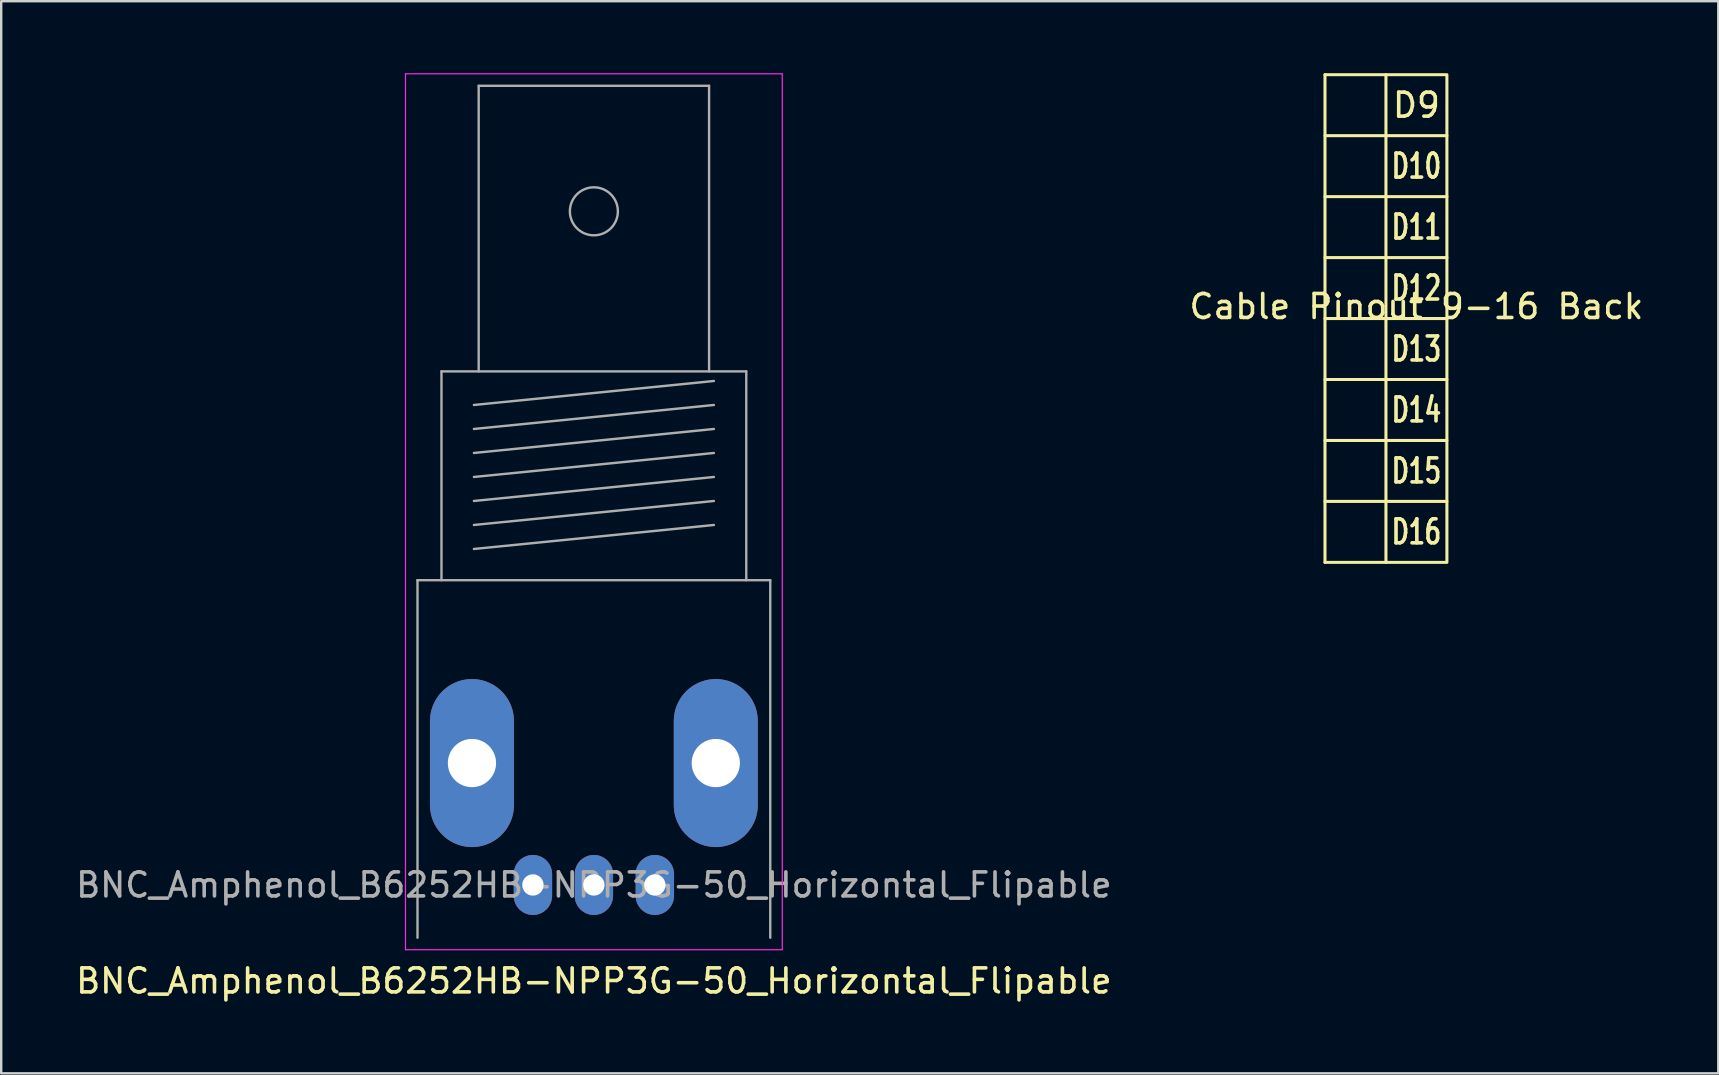
<source format=kicad_pcb>
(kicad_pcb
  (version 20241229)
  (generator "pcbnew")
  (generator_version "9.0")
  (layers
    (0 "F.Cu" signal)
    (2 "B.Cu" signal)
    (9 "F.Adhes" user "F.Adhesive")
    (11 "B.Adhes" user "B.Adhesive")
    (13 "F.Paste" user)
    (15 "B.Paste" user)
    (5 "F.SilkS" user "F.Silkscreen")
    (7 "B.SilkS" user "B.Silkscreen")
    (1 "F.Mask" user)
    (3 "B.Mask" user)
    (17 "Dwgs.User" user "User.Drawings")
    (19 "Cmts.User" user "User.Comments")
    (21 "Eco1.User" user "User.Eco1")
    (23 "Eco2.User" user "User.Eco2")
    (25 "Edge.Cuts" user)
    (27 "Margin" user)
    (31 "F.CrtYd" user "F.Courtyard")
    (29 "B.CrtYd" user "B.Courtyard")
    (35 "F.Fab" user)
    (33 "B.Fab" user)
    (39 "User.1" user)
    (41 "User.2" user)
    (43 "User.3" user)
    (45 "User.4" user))
  (footprint "BNC_Amphenol_B6252HB-NPP3G-50_Horizontal_Flipable"
    (layer "F.Cu")
    (at 21.696 33.825)
    (property "Reference" "BNC_Amphenol_B6252HB-NPP3G-50_Horizontal_Flipable" (at 0 4 0) (layer "F.SilkS") (effects (font (size 1 1) (thickness 0.15))))
    (attr through_hole)
    (fp_line (start -7.85 2.7) (end -7.85 -33.8) (stroke (width 0.05) (type solid)) (layer "F.CrtYd"))
    (fp_line (start -7.85 2.7) (end 7.85 2.7) (stroke (width 0.05) (type solid)) (layer "F.CrtYd"))
    (fp_line (start 7.85 -33.8) (end -7.85 -33.8) (stroke (width 0.05) (type solid)) (layer "F.CrtYd"))
    (fp_line (start 7.85 2.7) (end 7.85 -33.8) (stroke (width 0.05) (type solid)) (layer "F.CrtYd"))
    (fp_line (start -7.35 -12.7) (end -7.35 2.2) (stroke (width 0.1) (type solid)) (layer "F.Fab"))
    (fp_line (start -6.35 -21.4) (end -6.35 -12.7) (stroke (width 0.1) (type solid)) (layer "F.Fab"))
    (fp_line (start -5 -20) (end 5 -21) (stroke (width 0.1) (type solid)) (layer "F.Fab"))
    (fp_line (start -5 -19) (end 5 -20) (stroke (width 0.1) (type solid)) (layer "F.Fab"))
    (fp_line (start -5 -18) (end 5 -19) (stroke (width 0.1) (type solid)) (layer "F.Fab"))
    (fp_line (start -5 -17) (end 5 -18) (stroke (width 0.1) (type solid)) (layer "F.Fab"))
    (fp_line (start -5 -16) (end 5 -17) (stroke (width 0.1) (type solid)) (layer "F.Fab"))
    (fp_line (start -5 -15) (end 5 -16) (stroke (width 0.1) (type solid)) (layer "F.Fab"))
    (fp_line (start -5 -14) (end 5 -15) (stroke (width 0.1) (type solid)) (layer "F.Fab"))
    (fp_line (start -4.8 -33.3) (end -4.8 -21.4) (stroke (width 0.1) (type solid)) (layer "F.Fab"))
    (fp_line (start 4.8 -33.3) (end -4.8 -33.3) (stroke (width 0.1) (type solid)) (layer "F.Fab"))
    (fp_line (start 4.8 -21.4) (end 4.8 -33.3) (stroke (width 0.1) (type solid)) (layer "F.Fab"))
    (fp_line (start 6.35 -21.4) (end -6.35 -21.4) (stroke (width 0.1) (type solid)) (layer "F.Fab"))
    (fp_line (start 6.35 -12.7) (end 6.35 -21.4) (stroke (width 0.1) (type solid)) (layer "F.Fab"))
    (fp_line (start 7.35 -12.7) (end -7.35 -12.7) (stroke (width 0.1) (type solid)) (layer "F.Fab"))
    (fp_line (start 7.35 2.2) (end 7.35 -12.7) (stroke (width 0.1) (type solid)) (layer "F.Fab"))
    (fp_circle (center 0 -28.07) (end 1 -28.07) (stroke (width 0.1) (type solid)) (fill no) (layer "F.Fab"))
    (fp_text user "${REFERENCE}" (at 0 0 0) (layer "F.Fab") (effects (font (size 1 1) (thickness 0.15))))
    (pad "1" thru_hole oval (at 0 0) (size 1.6 2.5) (drill 0.89) (layers "*.Cu" "*.Mask"))
    (pad "2" thru_hole oval (at -5.08 -5.08) (size 3.5 7) (drill 2.01) (layers "*.Cu" "*.Mask"))
    (pad "2" thru_hole oval (at -2.54 0) (size 1.6 2.5) (drill 0.89) (layers "*.Cu" "*.Mask"))
    (pad "2" thru_hole oval (at 2.54 0) (size 1.6 2.5) (drill 0.89) (layers "*.Cu" "*.Mask"))
    (pad "2" thru_hole oval (at 5.08 -5.08) (size 3.5 7) (drill 2.01) (layers "*.Cu" "*.Mask")))
  (footprint "Cable Pinout 9-16 Back"
    (layer "F.Cu")
    (at 55.97 10.223)
    (property "Reference" "Cable Pinout 9-16 Back" (at 0 -0.5 0) (unlocked yes) (layer "F.SilkS") (effects (font (size 1 1) (thickness 0.15))))
    (attr smd)
    (fp_line (start -3.81 -10.16) (end -3.81 10.16) (stroke (width 0.127) (type default)) (layer "F.SilkS"))
    (fp_line (start -3.81 7.62) (end -1.27 7.62) (stroke (width 0.127) (type default)) (layer "F.SilkS"))
    (fp_line (start -3.81 10.16) (end -1.27 10.16) (stroke (width 0.127) (type default)) (layer "F.SilkS"))
    (fp_line (start -1.27 -10.16) (end -3.81 -10.16) (stroke (width 0.127) (type default)) (layer "F.SilkS"))
    (fp_line (start -1.27 -7.62) (end -3.81 -7.62) (stroke (width 0.127) (type default)) (layer "F.SilkS"))
    (fp_line (start -1.27 -7.62) (end 1.27 -7.62) (stroke (width 0.127) (type default)) (layer "F.SilkS"))
    (fp_line (start -1.27 -5.08) (end -3.81 -5.08) (stroke (width 0.127) (type default)) (layer "F.SilkS"))
    (fp_line (start -1.27 -5.08) (end 1.27 -5.08) (stroke (width 0.127) (type default)) (layer "F.SilkS"))
    (fp_line (start -1.27 -2.54) (end -3.81 -2.54) (stroke (width 0.127) (type default)) (layer "F.SilkS"))
    (fp_line (start -1.27 -2.54) (end 1.27 -2.54) (stroke (width 0.127) (type default)) (layer "F.SilkS"))
    (fp_line (start -1.27 0) (end -3.81 0) (stroke (width 0.127) (type default)) (layer "F.SilkS"))
    (fp_line (start -1.27 0) (end 1.27 0) (stroke (width 0.127) (type default)) (layer "F.SilkS"))
    (fp_line (start -1.27 2.54) (end -3.81 2.54) (stroke (width 0.127) (type default)) (layer "F.SilkS"))
    (fp_line (start -1.27 2.54) (end 1.27 2.54) (stroke (width 0.127) (type default)) (layer "F.SilkS"))
    (fp_line (start -1.27 5.08) (end -3.81 5.08) (stroke (width 0.127) (type default)) (layer "F.SilkS"))
    (fp_line (start -1.27 5.08) (end 1.27 5.08) (stroke (width 0.127) (type default)) (layer "F.SilkS"))
    (fp_line (start -1.27 7.62) (end 1.27 7.62) (stroke (width 0.127) (type default)) (layer "F.SilkS"))
    (fp_rect (start -1.27 -10.16) (end 1.27 10.16) (stroke (width 0.127) (type default)) (fill no) (layer "F.SilkS"))
    (fp_text user "D9" (at 0 -8.89 0) (unlocked yes) (layer "F.SilkS") (effects (font (size 1 1) (thickness 0.15))))
    (fp_text user "D11" (at 0 -3.81 0) (unlocked yes) (layer "F.SilkS") (effects (font (size 1 0.7) (thickness 0.15))))
    (fp_text user "D15" (at 0 6.35 0) (unlocked yes) (layer "F.SilkS") (effects (font (size 1 0.7) (thickness 0.15))))
    (fp_text user "D14" (at 0 3.81 0) (unlocked yes) (layer "F.SilkS") (effects (font (size 1 0.7) (thickness 0.15))))
    (fp_text user "D12" (at 0 -1.27 0) (unlocked yes) (layer "F.SilkS") (effects (font (size 1 0.7) (thickness 0.15))))
    (fp_text user "D10" (at 0 -6.35 0) (unlocked yes) (layer "F.SilkS") (effects (font (size 1 0.7) (thickness 0.15))))
    (fp_text user "D16" (at 0 8.89 0) (unlocked yes) (layer "F.SilkS") (effects (font (size 1 0.7) (thickness 0.15))))
    (fp_text user "D13" (at 0 1.27 0) (unlocked yes) (layer "F.SilkS") (effects (font (size 1 0.7) (thickness 0.15)))))
  (gr_rect
    (start -3 -3)
    (end 68.548 41.673)
    (stroke (width 0.1) (type default))
    (fill no)
    (layer "Edge.Cuts")))
</source>
